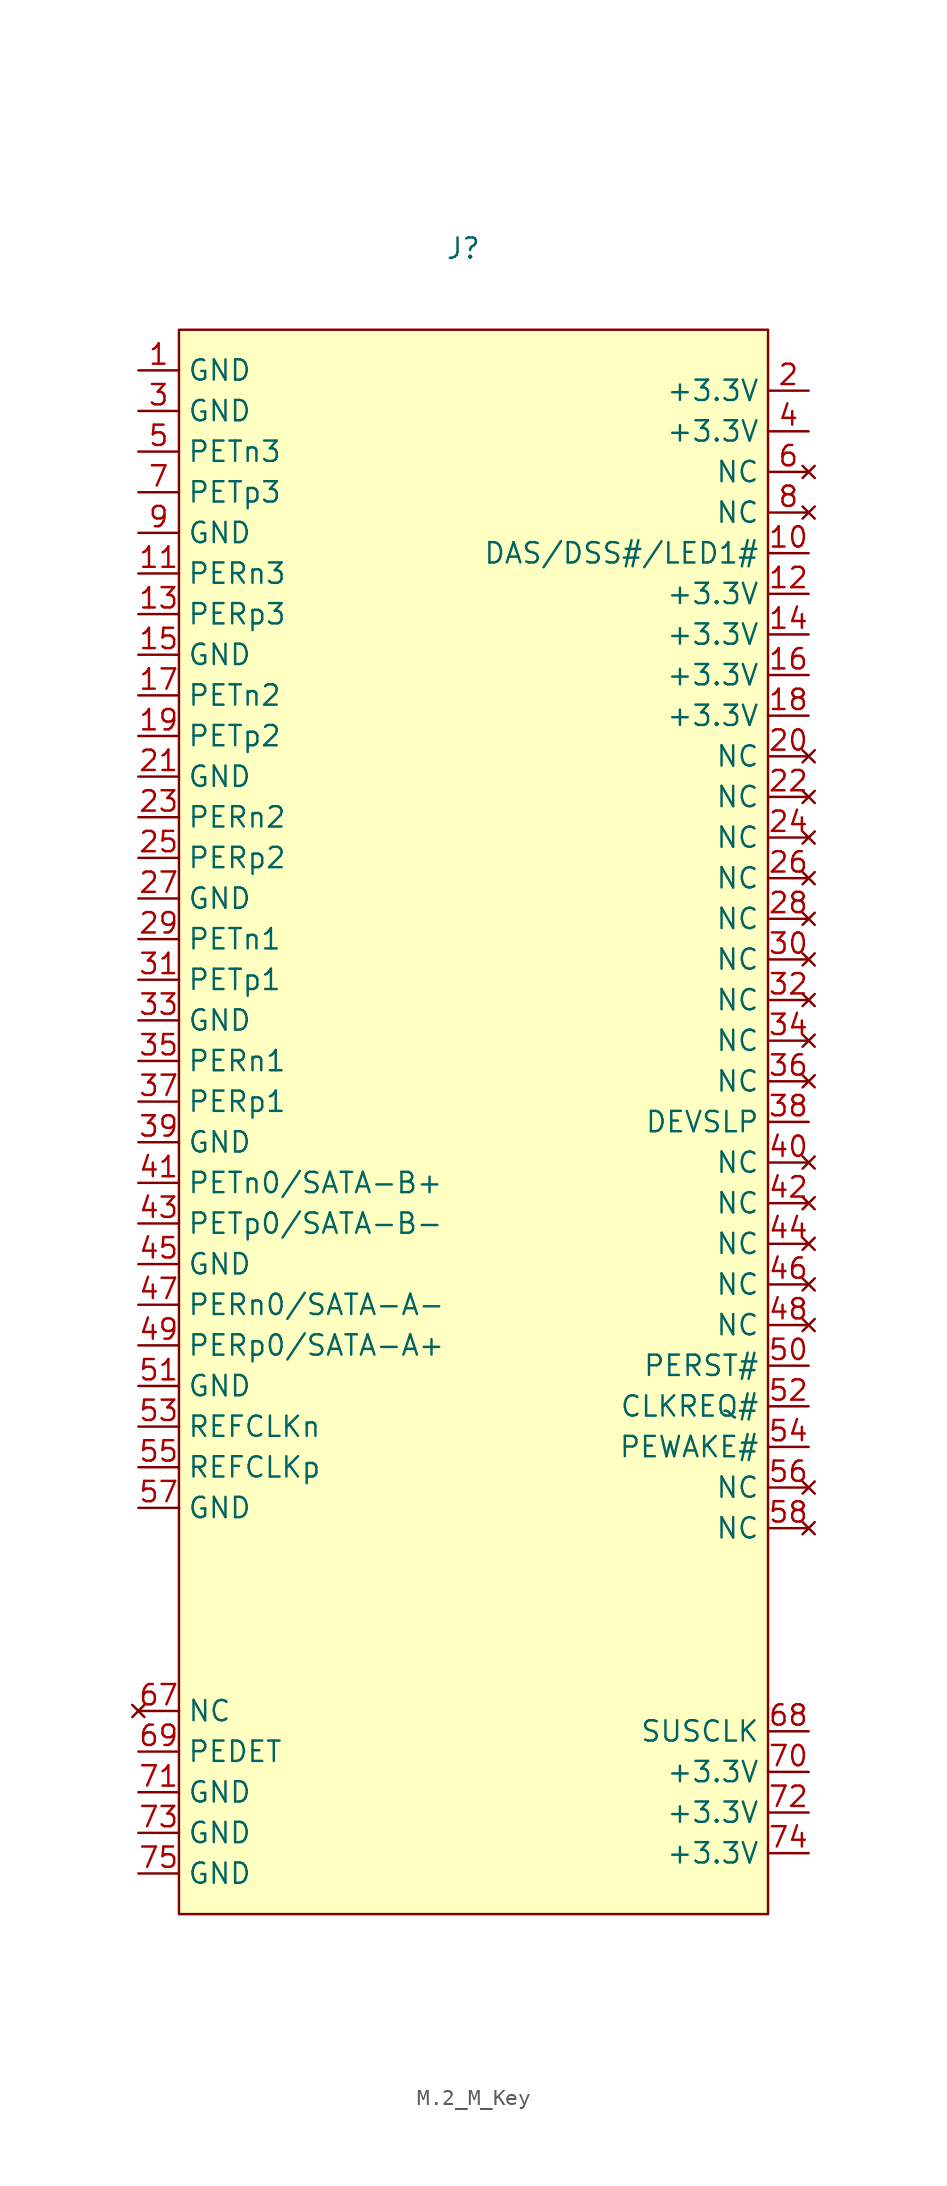
<source format=kicad_sym>
(kicad_symbol_lib
  (version 20241209)
  (generator "kicad_symbol_editor")
  (generator_version "9.0")
  (symbol "M.2_M_Key"
    (property "Reference" "J"
      (at 0 0 0)
      (effects (font (size 1.27 1.27))))
    (property "Value" ""
      (at 0 0 0)
      (effects (font (size 1.27 1.27))))
    (symbol "M.2_M_Key_0_1"
      (rectangle (start -17.78 -5.08) (end 19.05 -104.14) (stroke (width 0) (type default)) (fill (type background))))
    (symbol "M.2_M_Key_1_1"
      (pin power_in line (at -20.32 -7.62 0) (length 2.54) (name "GND" (effects (font (size 1.27 1.27)))) (number "1" (effects (font (size 1.27 1.27)))))
      (pin power_in line (at -20.32 -10.16 0) (length 2.54) (name "GND" (effects (font (size 1.27 1.27)))) (number "3" (effects (font (size 1.27 1.27)))))
      (pin output line (at -20.32 -12.7 0) (length 2.54) (name "PETn3" (effects (font (size 1.27 1.27)))) (number "5" (effects (font (size 1.27 1.27)))))
      (pin output line (at -20.32 -15.24 0) (length 2.54) (name "PETp3" (effects (font (size 1.27 1.27)))) (number "7" (effects (font (size 1.27 1.27)))))
      (pin power_in line (at -20.32 -17.78 0) (length 2.54) (name "GND" (effects (font (size 1.27 1.27)))) (number "9" (effects (font (size 1.27 1.27)))))
      (pin input line (at -20.32 -20.32 0) (length 2.54) (name "PERn3" (effects (font (size 1.27 1.27)))) (number "11" (effects (font (size 1.27 1.27)))))
      (pin input line (at -20.32 -22.86 0) (length 2.54) (name "PERp3" (effects (font (size 1.27 1.27)))) (number "13" (effects (font (size 1.27 1.27)))))
      (pin power_in line (at -20.32 -25.4 0) (length 2.54) (name "GND" (effects (font (size 1.27 1.27)))) (number "15" (effects (font (size 1.27 1.27)))))
      (pin output line (at -20.32 -27.94 0) (length 2.54) (name "PETn2" (effects (font (size 1.27 1.27)))) (number "17" (effects (font (size 1.27 1.27)))))
      (pin output line (at -20.32 -30.48 0) (length 2.54) (name "PETp2" (effects (font (size 1.27 1.27)))) (number "19" (effects (font (size 1.27 1.27)))))
      (pin power_in line (at -20.32 -33.02 0) (length 2.54) (name "GND" (effects (font (size 1.27 1.27)))) (number "21" (effects (font (size 1.27 1.27)))))
      (pin input line (at -20.32 -35.56 0) (length 2.54) (name "PERn2" (effects (font (size 1.27 1.27)))) (number "23" (effects (font (size 1.27 1.27)))))
      (pin input line (at -20.32 -38.1 0) (length 2.54) (name "PERp2" (effects (font (size 1.27 1.27)))) (number "25" (effects (font (size 1.27 1.27)))))
      (pin power_in line (at -20.32 -40.64 0) (length 2.54) (name "GND" (effects (font (size 1.27 1.27)))) (number "27" (effects (font (size 1.27 1.27)))))
      (pin output line (at -20.32 -43.18 0) (length 2.54) (name "PETn1" (effects (font (size 1.27 1.27)))) (number "29" (effects (font (size 1.27 1.27)))))
      (pin output line (at -20.32 -45.72 0) (length 2.54) (name "PETp1" (effects (font (size 1.27 1.27)))) (number "31" (effects (font (size 1.27 1.27)))))
      (pin power_in line (at -20.32 -48.26 0) (length 2.54) (name "GND" (effects (font (size 1.27 1.27)))) (number "33" (effects (font (size 1.27 1.27)))))
      (pin input line (at -20.32 -50.8 0) (length 2.54) (name "PERn1" (effects (font (size 1.27 1.27)))) (number "35" (effects (font (size 1.27 1.27)))))
      (pin input line (at -20.32 -53.34 0) (length 2.54) (name "PERp1" (effects (font (size 1.27 1.27)))) (number "37" (effects (font (size 1.27 1.27)))))
      (pin power_in line (at -20.32 -55.88 0) (length 2.54) (name "GND" (effects (font (size 1.27 1.27)))) (number "39" (effects (font (size 1.27 1.27)))))
      (pin output line (at -20.32 -58.42 0) (length 2.54) (name "PETn0/SATA-B+" (effects (font (size 1.27 1.27)))) (number "41" (effects (font (size 1.27 1.27)))))
      (pin output line (at -20.32 -60.96 0) (length 2.54) (name "PETp0/SATA-B-" (effects (font (size 1.27 1.27)))) (number "43" (effects (font (size 1.27 1.27)))))
      (pin power_in line (at -20.32 -63.5 0) (length 2.54) (name "GND" (effects (font (size 1.27 1.27)))) (number "45" (effects (font (size 1.27 1.27)))))
      (pin input line (at -20.32 -66.04 0) (length 2.54) (name "PERn0/SATA-A-" (effects (font (size 1.27 1.27)))) (number "47" (effects (font (size 1.27 1.27)))))
      (pin input line (at -20.32 -68.58 0) (length 2.54) (name "PERp0/SATA-A+" (effects (font (size 1.27 1.27)))) (number "49" (effects (font (size 1.27 1.27)))))
      (pin power_in line (at -20.32 -71.12 0) (length 2.54) (name "GND" (effects (font (size 1.27 1.27)))) (number "51" (effects (font (size 1.27 1.27)))))
      (pin input line (at -20.32 -73.66 0) (length 2.54) (name "REFCLKn" (effects (font (size 1.27 1.27)))) (number "53" (effects (font (size 1.27 1.27)))))
      (pin input line (at -20.32 -76.2 0) (length 2.54) (name "REFCLKp" (effects (font (size 1.27 1.27)))) (number "55" (effects (font (size 1.27 1.27)))))
      (pin power_in line (at -20.32 -78.74 0) (length 2.54) (name "GND" (effects (font (size 1.27 1.27)))) (number "57" (effects (font (size 1.27 1.27)))))
      (pin no_connect line (at -20.32 -91.44 0) (length 2.54) (name "NC" (effects (font (size 1.27 1.27)))) (number "67" (effects (font (size 1.27 1.27)))))
      (pin output line (at -20.32 -93.98 0) (length 2.54) (name "PEDET" (effects (font (size 1.27 1.27)))) (number "69" (effects (font (size 1.27 1.27)))))
      (pin power_in line (at -20.32 -96.52 0) (length 2.54) (name "GND" (effects (font (size 1.27 1.27)))) (number "71" (effects (font (size 1.27 1.27)))))
      (pin power_in line (at -20.32 -99.06 0) (length 2.54) (name "GND" (effects (font (size 1.27 1.27)))) (number "73" (effects (font (size 1.27 1.27)))))
      (pin power_in line (at -20.32 -101.6 0) (length 2.54) (name "GND" (effects (font (size 1.27 1.27)))) (number "75" (effects (font (size 1.27 1.27)))))
      (pin power_in line (at 21.59 -8.89 180) (length 2.54) (name "+3.3V" (effects (font (size 1.27 1.27)))) (number "2" (effects (font (size 1.27 1.27)))))
      (pin power_in line (at 21.59 -11.43 180) (length 2.54) (name "+3.3V" (effects (font (size 1.27 1.27)))) (number "4" (effects (font (size 1.27 1.27)))))
      (pin no_connect line (at 21.59 -13.97 180) (length 2.54) (name "NC" (effects (font (size 1.27 1.27)))) (number "6" (effects (font (size 1.27 1.27)))))
      (pin no_connect line (at 21.59 -16.51 180) (length 2.54) (name "NC" (effects (font (size 1.27 1.27)))) (number "8" (effects (font (size 1.27 1.27)))))
      (pin bidirectional line (at 21.59 -19.05 180) (length 2.54) (name "DAS/DSS#/LED1#" (effects (font (size 1.27 1.27)))) (number "10" (effects (font (size 1.27 1.27)))))
      (pin power_in line (at 21.59 -21.59 180) (length 2.54) (name "+3.3V" (effects (font (size 1.27 1.27)))) (number "12" (effects (font (size 1.27 1.27)))))
      (pin power_in line (at 21.59 -24.13 180) (length 2.54) (name "+3.3V" (effects (font (size 1.27 1.27)))) (number "14" (effects (font (size 1.27 1.27)))))
      (pin power_in line (at 21.59 -26.67 180) (length 2.54) (name "+3.3V" (effects (font (size 1.27 1.27)))) (number "16" (effects (font (size 1.27 1.27)))))
      (pin power_in line (at 21.59 -29.21 180) (length 2.54) (name "+3.3V" (effects (font (size 1.27 1.27)))) (number "18" (effects (font (size 1.27 1.27)))))
      (pin no_connect line (at 21.59 -31.75 180) (length 2.54) (name "NC" (effects (font (size 1.27 1.27)))) (number "20" (effects (font (size 1.27 1.27)))))
      (pin no_connect line (at 21.59 -34.29 180) (length 2.54) (name "NC" (effects (font (size 1.27 1.27)))) (number "22" (effects (font (size 1.27 1.27)))))
      (pin no_connect line (at 21.59 -36.83 180) (length 2.54) (name "NC" (effects (font (size 1.27 1.27)))) (number "24" (effects (font (size 1.27 1.27)))))
      (pin no_connect line (at 21.59 -39.37 180) (length 2.54) (name "NC" (effects (font (size 1.27 1.27)))) (number "26" (effects (font (size 1.27 1.27)))))
      (pin no_connect line (at 21.59 -41.91 180) (length 2.54) (name "NC" (effects (font (size 1.27 1.27)))) (number "28" (effects (font (size 1.27 1.27)))))
      (pin no_connect line (at 21.59 -44.45 180) (length 2.54) (name "NC" (effects (font (size 1.27 1.27)))) (number "30" (effects (font (size 1.27 1.27)))))
      (pin no_connect line (at 21.59 -46.99 180) (length 2.54) (name "NC" (effects (font (size 1.27 1.27)))) (number "32" (effects (font (size 1.27 1.27)))))
      (pin no_connect line (at 21.59 -49.53 180) (length 2.54) (name "NC" (effects (font (size 1.27 1.27)))) (number "34" (effects (font (size 1.27 1.27)))))
      (pin no_connect line (at 21.59 -52.07 180) (length 2.54) (name "NC" (effects (font (size 1.27 1.27)))) (number "36" (effects (font (size 1.27 1.27)))))
      (pin input line (at 21.59 -54.61 180) (length 2.54) (name "DEVSLP" (effects (font (size 1.27 1.27)))) (number "38" (effects (font (size 1.27 1.27)))))
      (pin no_connect line (at 21.59 -57.15 180) (length 2.54) (name "NC" (effects (font (size 1.27 1.27)))) (number "40" (effects (font (size 1.27 1.27)))))
      (pin no_connect line (at 21.59 -59.69 180) (length 2.54) (name "NC" (effects (font (size 1.27 1.27)))) (number "42" (effects (font (size 1.27 1.27)))))
      (pin no_connect line (at 21.59 -62.23 180) (length 2.54) (name "NC" (effects (font (size 1.27 1.27)))) (number "44" (effects (font (size 1.27 1.27)))))
      (pin no_connect line (at 21.59 -64.77 180) (length 2.54) (name "NC" (effects (font (size 1.27 1.27)))) (number "46" (effects (font (size 1.27 1.27)))))
      (pin no_connect line (at 21.59 -67.31 180) (length 2.54) (name "NC" (effects (font (size 1.27 1.27)))) (number "48" (effects (font (size 1.27 1.27)))))
      (pin input line (at 21.59 -69.85 180) (length 2.54) (name "PERST#" (effects (font (size 1.27 1.27)))) (number "50" (effects (font (size 1.27 1.27)))))
      (pin bidirectional line (at 21.59 -72.39 180) (length 2.54) (name "CLKREQ#" (effects (font (size 1.27 1.27)))) (number "52" (effects (font (size 1.27 1.27)))))
      (pin bidirectional line (at 21.59 -74.93 180) (length 2.54) (name "PEWAKE#" (effects (font (size 1.27 1.27)))) (number "54" (effects (font (size 1.27 1.27)))))
      (pin no_connect line (at 21.59 -77.47 180) (length 2.54) (name "NC" (effects (font (size 1.27 1.27)))) (number "56" (effects (font (size 1.27 1.27)))))
      (pin no_connect line (at 21.59 -80.01 180) (length 2.54) (name "NC" (effects (font (size 1.27 1.27)))) (number "58" (effects (font (size 1.27 1.27)))))
      (pin input line (at 21.59 -92.71 180) (length 2.54) (name "SUSCLK" (effects (font (size 1.27 1.27)))) (number "68" (effects (font (size 1.27 1.27)))))
      (pin power_in line (at 21.59 -95.25 180) (length 2.54) (name "+3.3V" (effects (font (size 1.27 1.27)))) (number "70" (effects (font (size 1.27 1.27)))))
      (pin power_in line (at 21.59 -97.79 180) (length 2.54) (name "+3.3V" (effects (font (size 1.27 1.27)))) (number "72" (effects (font (size 1.27 1.27)))))
      (pin power_in line (at 21.59 -100.33 180) (length 2.54) (name "+3.3V" (effects (font (size 1.27 1.27)))) (number "74" (effects (font (size 1.27 1.27))))))))
</source>
